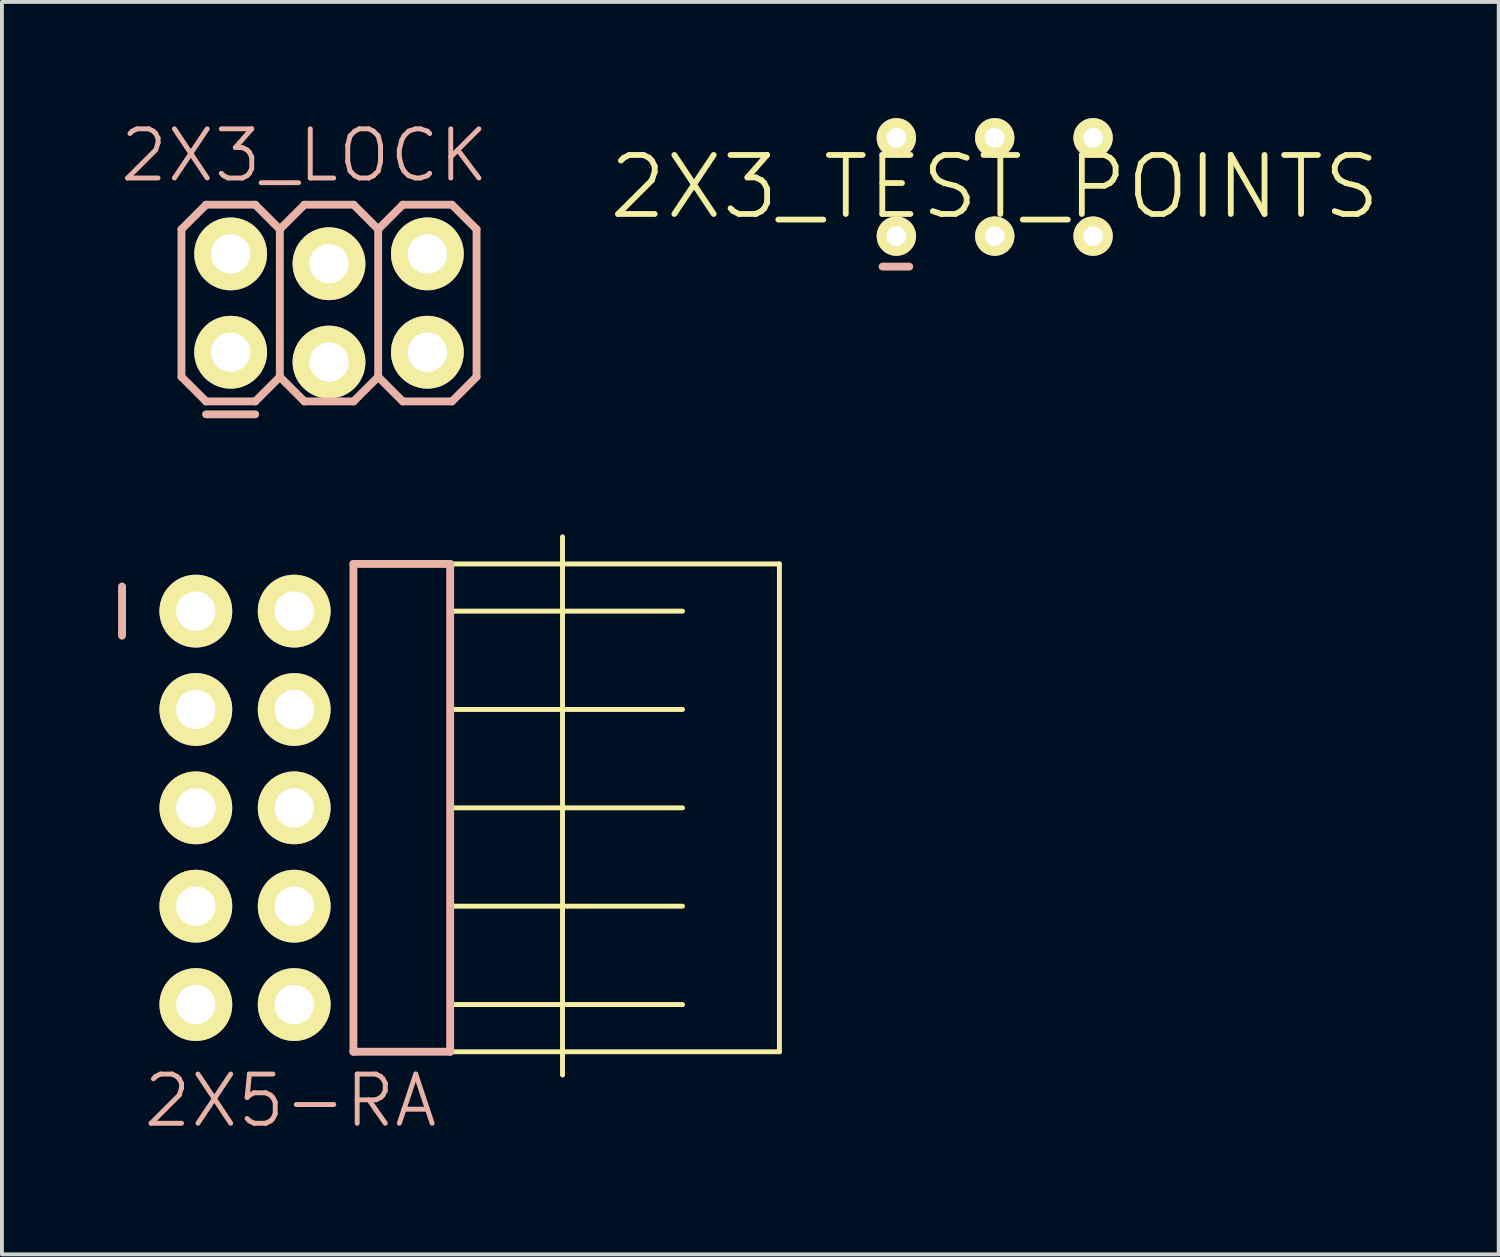
<source format=kicad_pcb>
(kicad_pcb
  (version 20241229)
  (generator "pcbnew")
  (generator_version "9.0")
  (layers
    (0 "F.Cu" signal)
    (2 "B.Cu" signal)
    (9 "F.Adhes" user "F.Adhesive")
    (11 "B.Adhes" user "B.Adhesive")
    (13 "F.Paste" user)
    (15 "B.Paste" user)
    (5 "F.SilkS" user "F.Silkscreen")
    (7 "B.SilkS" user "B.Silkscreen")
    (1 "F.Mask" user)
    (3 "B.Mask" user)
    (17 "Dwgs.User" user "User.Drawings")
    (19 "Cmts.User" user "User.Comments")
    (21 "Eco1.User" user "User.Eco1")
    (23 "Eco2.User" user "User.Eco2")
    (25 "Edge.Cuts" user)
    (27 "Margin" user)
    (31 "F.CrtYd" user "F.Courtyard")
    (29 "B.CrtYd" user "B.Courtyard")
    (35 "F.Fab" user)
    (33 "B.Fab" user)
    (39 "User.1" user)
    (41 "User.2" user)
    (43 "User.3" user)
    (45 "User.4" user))
  (footprint "2X3_LOCK"
    (layer "F.Cu")
    (at 2.906 6.046)
    (property "Reference" "2X3_LOCK" (at 1.905 -5.08 0) (layer "B.SilkS") (effects (font (size 1.27 1.27) (thickness 0.127))))
    (attr exclude_from_pos_files exclude_from_bom)
    (fp_line (start -0.254 -2.794) (end 0.254 -2.794) (stroke (width 0.066) (type solid)) (layer "F.SilkS"))
    (fp_line (start -0.254 -2.286) (end -0.254 -2.794) (stroke (width 0.066) (type solid)) (layer "F.SilkS"))
    (fp_line (start -0.254 -2.286) (end 0.254 -2.286) (stroke (width 0.066) (type solid)) (layer "F.SilkS"))
    (fp_line (start -0.254 -0.254) (end 0.254 -0.254) (stroke (width 0.066) (type solid)) (layer "F.SilkS"))
    (fp_line (start -0.254 0.254) (end -0.254 -0.254) (stroke (width 0.066) (type solid)) (layer "F.SilkS"))
    (fp_line (start -0.254 0.254) (end 0.254 0.254) (stroke (width 0.066) (type solid)) (layer "F.SilkS"))
    (fp_line (start 0.254 -2.286) (end 0.254 -2.794) (stroke (width 0.066) (type solid)) (layer "F.SilkS"))
    (fp_line (start 0.254 0.254) (end 0.254 -0.254) (stroke (width 0.066) (type solid)) (layer "F.SilkS"))
    (fp_line (start 2.286 -2.794) (end 2.794 -2.794) (stroke (width 0.066) (type solid)) (layer "F.SilkS"))
    (fp_line (start 2.286 -2.286) (end 2.286 -2.794) (stroke (width 0.066) (type solid)) (layer "F.SilkS"))
    (fp_line (start 2.286 -2.286) (end 2.794 -2.286) (stroke (width 0.066) (type solid)) (layer "F.SilkS"))
    (fp_line (start 2.286 -0.254) (end 2.794 -0.254) (stroke (width 0.066) (type solid)) (layer "F.SilkS"))
    (fp_line (start 2.286 0.254) (end 2.286 -0.254) (stroke (width 0.066) (type solid)) (layer "F.SilkS"))
    (fp_line (start 2.286 0.254) (end 2.794 0.254) (stroke (width 0.066) (type solid)) (layer "F.SilkS"))
    (fp_line (start 2.794 -2.286) (end 2.794 -2.794) (stroke (width 0.066) (type solid)) (layer "F.SilkS"))
    (fp_line (start 2.794 0.254) (end 2.794 -0.254) (stroke (width 0.066) (type solid)) (layer "F.SilkS"))
    (fp_line (start 4.826 -2.794) (end 5.334 -2.794) (stroke (width 0.066) (type solid)) (layer "F.SilkS"))
    (fp_line (start 4.826 -2.286) (end 4.826 -2.794) (stroke (width 0.066) (type solid)) (layer "F.SilkS"))
    (fp_line (start 4.826 -2.286) (end 5.334 -2.286) (stroke (width 0.066) (type solid)) (layer "F.SilkS"))
    (fp_line (start 4.826 -0.254) (end 5.334 -0.254) (stroke (width 0.066) (type solid)) (layer "F.SilkS"))
    (fp_line (start 4.826 0.254) (end 4.826 -0.254) (stroke (width 0.066) (type solid)) (layer "F.SilkS"))
    (fp_line (start 4.826 0.254) (end 5.334 0.254) (stroke (width 0.066) (type solid)) (layer "F.SilkS"))
    (fp_line (start 5.334 -2.286) (end 5.334 -2.794) (stroke (width 0.066) (type solid)) (layer "F.SilkS"))
    (fp_line (start 5.334 0.254) (end 5.334 -0.254) (stroke (width 0.066) (type solid)) (layer "F.SilkS"))
    (fp_line (start -1.27 -3.175) (end -0.635 -3.81) (stroke (width 0.203) (type solid)) (layer "B.SilkS"))
    (fp_line (start -1.27 0.635) (end -1.27 -3.175) (stroke (width 0.203) (type solid)) (layer "B.SilkS"))
    (fp_line (start -1.27 0.635) (end -0.635 1.27) (stroke (width 0.203) (type solid)) (layer "B.SilkS"))
    (fp_line (start -0.635 -3.81) (end 0.635 -3.81) (stroke (width 0.203) (type solid)) (layer "B.SilkS"))
    (fp_line (start -0.635 1.27) (end 0.635 1.27) (stroke (width 0.203) (type solid)) (layer "B.SilkS"))
    (fp_line (start 0.635 -3.81) (end 1.27 -3.175) (stroke (width 0.203) (type solid)) (layer "B.SilkS"))
    (fp_line (start 0.635 1.27) (end 1.27 0.635) (stroke (width 0.203) (type solid)) (layer "B.SilkS"))
    (fp_line (start 0.635 1.603) (end -0.635 1.603) (stroke (width 0.203) (type solid)) (layer "B.SilkS"))
    (fp_line (start 1.27 -3.175) (end 1.27 0.635) (stroke (width 0.203) (type solid)) (layer "B.SilkS"))
    (fp_line (start 1.27 -3.175) (end 1.905 -3.81) (stroke (width 0.203) (type solid)) (layer "B.SilkS"))
    (fp_line (start 1.27 0.635) (end 1.905 1.27) (stroke (width 0.203) (type solid)) (layer "B.SilkS"))
    (fp_line (start 1.905 -3.81) (end 3.175 -3.81) (stroke (width 0.203) (type solid)) (layer "B.SilkS"))
    (fp_line (start 1.905 1.27) (end 3.175 1.27) (stroke (width 0.203) (type solid)) (layer "B.SilkS"))
    (fp_line (start 3.175 -3.81) (end 3.81 -3.175) (stroke (width 0.203) (type solid)) (layer "B.SilkS"))
    (fp_line (start 3.175 1.27) (end 3.81 0.635) (stroke (width 0.203) (type solid)) (layer "B.SilkS"))
    (fp_line (start 3.81 -3.175) (end 3.81 0.635) (stroke (width 0.203) (type solid)) (layer "B.SilkS"))
    (fp_line (start 3.81 -3.175) (end 4.445 -3.81) (stroke (width 0.203) (type solid)) (layer "B.SilkS"))
    (fp_line (start 3.81 0.635) (end 4.445 1.27) (stroke (width 0.203) (type solid)) (layer "B.SilkS"))
    (fp_line (start 4.445 -3.81) (end 5.715 -3.81) (stroke (width 0.203) (type solid)) (layer "B.SilkS"))
    (fp_line (start 4.445 1.27) (end 5.715 1.27) (stroke (width 0.203) (type solid)) (layer "B.SilkS"))
    (fp_line (start 5.715 -3.81) (end 6.35 -3.175) (stroke (width 0.203) (type solid)) (layer "B.SilkS"))
    (fp_line (start 5.715 1.27) (end 6.35 0.635) (stroke (width 0.203) (type solid)) (layer "B.SilkS"))
    (fp_line (start 6.35 -3.175) (end 6.35 0.635) (stroke (width 0.203) (type solid)) (layer "B.SilkS"))
    (pad "1" thru_hole circle (at 0 0) (size 1.88 1.88) (drill 1.016) (layers "*.Cu" "F.Mask" "F.SilkS" "F.Paste"))
    (pad "2" thru_hole circle (at 0 -2.54) (size 1.88 1.88) (drill 1.016) (layers "*.Cu" "F.Mask" "F.SilkS" "F.Paste"))
    (pad "3" thru_hole circle (at 2.54 0.254) (size 1.88 1.88) (drill 1.016) (layers "*.Cu" "F.Mask" "F.SilkS" "F.Paste"))
    (pad "4" thru_hole circle (at 2.54 -2.286) (size 1.88 1.88) (drill 1.016) (layers "*.Cu" "F.Mask" "F.SilkS" "F.Paste"))
    (pad "5" thru_hole circle (at 5.08 0) (size 1.88 1.88) (drill 1.016) (layers "*.Cu" "F.Mask" "F.SilkS" "F.Paste"))
    (pad "6" thru_hole circle (at 5.08 -2.54) (size 1.88 1.88) (drill 1.016) (layers "*.Cu" "F.Mask" "F.SilkS" "F.Paste")))
  (footprint "2X5-RA"
    (layer "F.Cu")
    (at 3.277 17.811)
    (property "Reference" "2X5-RA" (at 1.173 7.564 0) (layer "B.SilkS") (effects (font (size 1.27 1.27) (thickness 0.127))))
    (attr exclude_from_pos_files exclude_from_bom)
    (fp_line (start -1.524 -5.334) (end -1.016 -5.334) (stroke (width 0.066) (type solid)) (layer "F.SilkS"))
    (fp_line (start -1.524 -4.826) (end -1.524 -5.334) (stroke (width 0.066) (type solid)) (layer "F.SilkS"))
    (fp_line (start -1.524 -4.826) (end -1.016 -4.826) (stroke (width 0.066) (type solid)) (layer "F.SilkS"))
    (fp_line (start -1.524 -2.794) (end -1.016 -2.794) (stroke (width 0.066) (type solid)) (layer "F.SilkS"))
    (fp_line (start -1.524 -2.286) (end -1.524 -2.794) (stroke (width 0.066) (type solid)) (layer "F.SilkS"))
    (fp_line (start -1.524 -2.286) (end -1.016 -2.286) (stroke (width 0.066) (type solid)) (layer "F.SilkS"))
    (fp_line (start -1.524 -0.254) (end -1.016 -0.254) (stroke (width 0.066) (type solid)) (layer "F.SilkS"))
    (fp_line (start -1.524 0.254) (end -1.524 -0.254) (stroke (width 0.066) (type solid)) (layer "F.SilkS"))
    (fp_line (start -1.524 0.254) (end -1.016 0.254) (stroke (width 0.066) (type solid)) (layer "F.SilkS"))
    (fp_line (start -1.524 2.286) (end -1.016 2.286) (stroke (width 0.066) (type solid)) (layer "F.SilkS"))
    (fp_line (start -1.524 2.286) (end -1.016 2.286) (stroke (width 0.066) (type solid)) (layer "F.SilkS"))
    (fp_line (start -1.524 2.794) (end -1.524 2.286) (stroke (width 0.066) (type solid)) (layer "F.SilkS"))
    (fp_line (start -1.524 2.794) (end -1.524 2.286) (stroke (width 0.066) (type solid)) (layer "F.SilkS"))
    (fp_line (start -1.524 2.794) (end -1.016 2.794) (stroke (width 0.066) (type solid)) (layer "F.SilkS"))
    (fp_line (start -1.524 2.794) (end -1.016 2.794) (stroke (width 0.066) (type solid)) (layer "F.SilkS"))
    (fp_line (start -1.524 4.826) (end -1.016 4.826) (stroke (width 0.066) (type solid)) (layer "F.SilkS"))
    (fp_line (start -1.524 5.334) (end -1.524 4.826) (stroke (width 0.066) (type solid)) (layer "F.SilkS"))
    (fp_line (start -1.524 5.334) (end -1.016 5.334) (stroke (width 0.066) (type solid)) (layer "F.SilkS"))
    (fp_line (start -1.016 -4.826) (end -1.016 -5.334) (stroke (width 0.066) (type solid)) (layer "F.SilkS"))
    (fp_line (start -1.016 -2.286) (end -1.016 -2.794) (stroke (width 0.066) (type solid)) (layer "F.SilkS"))
    (fp_line (start -1.016 0.254) (end -1.016 -0.254) (stroke (width 0.066) (type solid)) (layer "F.SilkS"))
    (fp_line (start -1.016 2.794) (end -1.016 2.286) (stroke (width 0.066) (type solid)) (layer "F.SilkS"))
    (fp_line (start -1.016 2.794) (end -1.016 2.286) (stroke (width 0.066) (type solid)) (layer "F.SilkS"))
    (fp_line (start -1.016 5.334) (end -1.016 4.826) (stroke (width 0.066) (type solid)) (layer "F.SilkS"))
    (fp_line (start 1.016 -5.334) (end 1.524 -5.334) (stroke (width 0.066) (type solid)) (layer "F.SilkS"))
    (fp_line (start 1.016 -4.826) (end 1.016 -5.334) (stroke (width 0.066) (type solid)) (layer "F.SilkS"))
    (fp_line (start 1.016 -4.826) (end 1.524 -4.826) (stroke (width 0.066) (type solid)) (layer "F.SilkS"))
    (fp_line (start 1.016 -2.794) (end 1.524 -2.794) (stroke (width 0.066) (type solid)) (layer "F.SilkS"))
    (fp_line (start 1.016 -2.286) (end 1.016 -2.794) (stroke (width 0.066) (type solid)) (layer "F.SilkS"))
    (fp_line (start 1.016 -2.286) (end 1.524 -2.286) (stroke (width 0.066) (type solid)) (layer "F.SilkS"))
    (fp_line (start 1.016 -0.254) (end 1.524 -0.254) (stroke (width 0.066) (type solid)) (layer "F.SilkS"))
    (fp_line (start 1.016 0.254) (end 1.016 -0.254) (stroke (width 0.066) (type solid)) (layer "F.SilkS"))
    (fp_line (start 1.016 0.254) (end 1.524 0.254) (stroke (width 0.066) (type solid)) (layer "F.SilkS"))
    (fp_line (start 1.016 2.286) (end 1.524 2.286) (stroke (width 0.066) (type solid)) (layer "F.SilkS"))
    (fp_line (start 1.016 2.286) (end 1.524 2.286) (stroke (width 0.066) (type solid)) (layer "F.SilkS"))
    (fp_line (start 1.016 2.794) (end 1.016 2.286) (stroke (width 0.066) (type solid)) (layer "F.SilkS"))
    (fp_line (start 1.016 2.794) (end 1.016 2.286) (stroke (width 0.066) (type solid)) (layer "F.SilkS"))
    (fp_line (start 1.016 2.794) (end 1.524 2.794) (stroke (width 0.066) (type solid)) (layer "F.SilkS"))
    (fp_line (start 1.016 2.794) (end 1.524 2.794) (stroke (width 0.066) (type solid)) (layer "F.SilkS"))
    (fp_line (start 1.016 4.826) (end 1.524 4.826) (stroke (width 0.066) (type solid)) (layer "F.SilkS"))
    (fp_line (start 1.016 5.334) (end 1.016 4.826) (stroke (width 0.066) (type solid)) (layer "F.SilkS"))
    (fp_line (start 1.016 5.334) (end 1.524 5.334) (stroke (width 0.066) (type solid)) (layer "F.SilkS"))
    (fp_line (start 1.524 -4.826) (end 1.524 -5.334) (stroke (width 0.066) (type solid)) (layer "F.SilkS"))
    (fp_line (start 1.524 -2.286) (end 1.524 -2.794) (stroke (width 0.066) (type solid)) (layer "F.SilkS"))
    (fp_line (start 1.524 0.254) (end 1.524 -0.254) (stroke (width 0.066) (type solid)) (layer "F.SilkS"))
    (fp_line (start 1.524 2.794) (end 1.524 2.286) (stroke (width 0.066) (type solid)) (layer "F.SilkS"))
    (fp_line (start 1.524 2.794) (end 1.524 2.286) (stroke (width 0.066) (type solid)) (layer "F.SilkS"))
    (fp_line (start 1.524 5.334) (end 1.524 4.826) (stroke (width 0.066) (type solid)) (layer "F.SilkS"))
    (fp_line (start 5.298 -6.299) (end 13.8 -6.299) (stroke (width 0.127) (type solid)) (layer "F.SilkS"))
    (fp_line (start 5.298 -5.08) (end 11.298 -5.08) (stroke (width 0.127) (type solid)) (layer "F.SilkS"))
    (fp_line (start 5.298 -2.54) (end 11.298 -2.54) (stroke (width 0.127) (type solid)) (layer "F.SilkS"))
    (fp_line (start 5.298 0) (end 11.298 0) (stroke (width 0.127) (type solid)) (layer "F.SilkS"))
    (fp_line (start 5.298 2.54) (end 11.298 2.54) (stroke (width 0.127) (type solid)) (layer "F.SilkS"))
    (fp_line (start 5.298 5.08) (end 11.298 5.08) (stroke (width 0.127) (type solid)) (layer "F.SilkS"))
    (fp_line (start 5.298 6.299) (end 13.8 6.299) (stroke (width 0.127) (type solid)) (layer "F.SilkS"))
    (fp_line (start 8.199 -6.998) (end 8.199 6.899) (stroke (width 0.127) (type solid)) (layer "F.SilkS"))
    (fp_line (start 13.8 -6.299) (end 13.8 6.299) (stroke (width 0.127) (type solid)) (layer "F.SilkS"))
    (fp_line (start -3.175 -5.715) (end -3.175 -4.445) (stroke (width 0.203) (type solid)) (layer "B.SilkS"))
    (fp_line (start 2.799 -6.299) (end 5.298 -6.299) (stroke (width 0.203) (type solid)) (layer "B.SilkS"))
    (fp_line (start 2.799 6.299) (end 2.799 -6.299) (stroke (width 0.203) (type solid)) (layer "B.SilkS"))
    (fp_line (start 5.298 -6.299) (end 5.298 6.299) (stroke (width 0.203) (type solid)) (layer "B.SilkS"))
    (fp_line (start 5.298 6.299) (end 2.799 6.299) (stroke (width 0.203) (type solid)) (layer "B.SilkS"))
    (pad "1" thru_hole circle (at -1.27 -5.08) (size 1.88 1.88) (drill 1.016) (layers "*.Cu" "F.Mask" "F.SilkS" "F.Paste"))
    (pad "2" thru_hole circle (at 1.27 -5.08) (size 1.88 1.88) (drill 1.016) (layers "*.Cu" "F.Mask" "F.SilkS" "F.Paste"))
    (pad "3" thru_hole circle (at -1.27 -2.54) (size 1.88 1.88) (drill 1.016) (layers "*.Cu" "F.Mask" "F.SilkS" "F.Paste"))
    (pad "4" thru_hole circle (at 1.27 -2.54) (size 1.88 1.88) (drill 1.016) (layers "*.Cu" "F.Mask" "F.SilkS" "F.Paste"))
    (pad "5" thru_hole circle (at -1.27 0) (size 1.88 1.88) (drill 1.016) (layers "*.Cu" "F.Mask" "F.SilkS" "F.Paste"))
    (pad "6" thru_hole circle (at 1.27 0) (size 1.88 1.88) (drill 1.016) (layers "*.Cu" "F.Mask" "F.SilkS" "F.Paste"))
    (pad "7" thru_hole circle (at -1.27 2.54) (size 1.88 1.88) (drill 1.016) (layers "*.Cu" "F.Mask" "F.SilkS" "F.Paste"))
    (pad "8" thru_hole circle (at 1.27 2.54) (size 1.88 1.88) (drill 1.016) (layers "*.Cu" "F.Mask" "F.SilkS" "F.Paste"))
    (pad "9" thru_hole circle (at -1.27 5.08) (size 1.88 1.88) (drill 1.016) (layers "*.Cu" "F.Mask" "F.SilkS" "F.Paste"))
    (pad "10" thru_hole circle (at 1.27 5.08) (size 1.88 1.88) (drill 1.016) (layers "*.Cu" "F.Mask" "F.SilkS" "F.Paste")))
  (footprint "2X3_TEST_POINTS"
    (layer "F.Cu")
    (at 22.637 1.778)
    (property "Reference" "2X3_TEST_POINTS" (at 0 0 0) (layer "F.SilkS") (effects (font (size 1.524 1.524) (thickness 0.15))))
    (attr exclude_from_pos_files exclude_from_bom)
    (fp_circle (center -2.54 -1.27) (end -2.845 -1.575) (stroke (width 0) (type solid)) (fill yes) (layer "F.SilkS"))
    (fp_circle (center -2.54 1.27) (end -2.845 1.575) (stroke (width 0) (type solid)) (fill yes) (layer "F.SilkS"))
    (fp_circle (center 0 -1.27) (end -0.305 -1.575) (stroke (width 0) (type solid)) (fill yes) (layer "F.SilkS"))
    (fp_circle (center 0 1.27) (end -0.305 1.575) (stroke (width 0) (type solid)) (fill yes) (layer "F.SilkS"))
    (fp_circle (center 2.54 -1.27) (end 2.845 -1.575) (stroke (width 0) (type solid)) (fill yes) (layer "F.SilkS"))
    (fp_circle (center 2.54 1.27) (end 2.845 1.575) (stroke (width 0) (type solid)) (fill yes) (layer "F.SilkS"))
    (fp_line (start -2.896 2.057) (end -2.207 2.057) (stroke (width 0.203) (type solid)) (layer "B.SilkS"))
    (pad "1" thru_hole circle (at -2.54 1.27) (size 1.016 1.016) (drill 0.508) (layers "*.Cu" "F.Mask" "F.SilkS" "F.Paste"))
    (pad "2" thru_hole circle (at -2.54 -1.27) (size 1.016 1.016) (drill 0.508) (layers "*.Cu" "F.Mask" "F.SilkS" "F.Paste"))
    (pad "3" thru_hole circle (at 0 1.27) (size 1.016 1.016) (drill 0.508) (layers "*.Cu" "F.Mask" "F.SilkS" "F.Paste"))
    (pad "4" thru_hole circle (at 0 -1.27) (size 1.016 1.016) (drill 0.508) (layers "*.Cu" "F.Mask" "F.SilkS" "F.Paste"))
    (pad "5" thru_hole circle (at 2.54 1.27) (size 1.016 1.016) (drill 0.508) (layers "*.Cu" "F.Mask" "F.SilkS" "F.Paste"))
    (pad "6" thru_hole circle (at 2.54 -1.27) (size 1.016 1.016) (drill 0.508) (layers "*.Cu" "F.Mask" "F.SilkS" "F.Paste")))
  (gr_rect
    (start -3 -3)
    (end 35.652 29.341)
    (stroke (width 0.1) (type default))
    (fill no)
    (layer "Edge.Cuts")))
</source>
